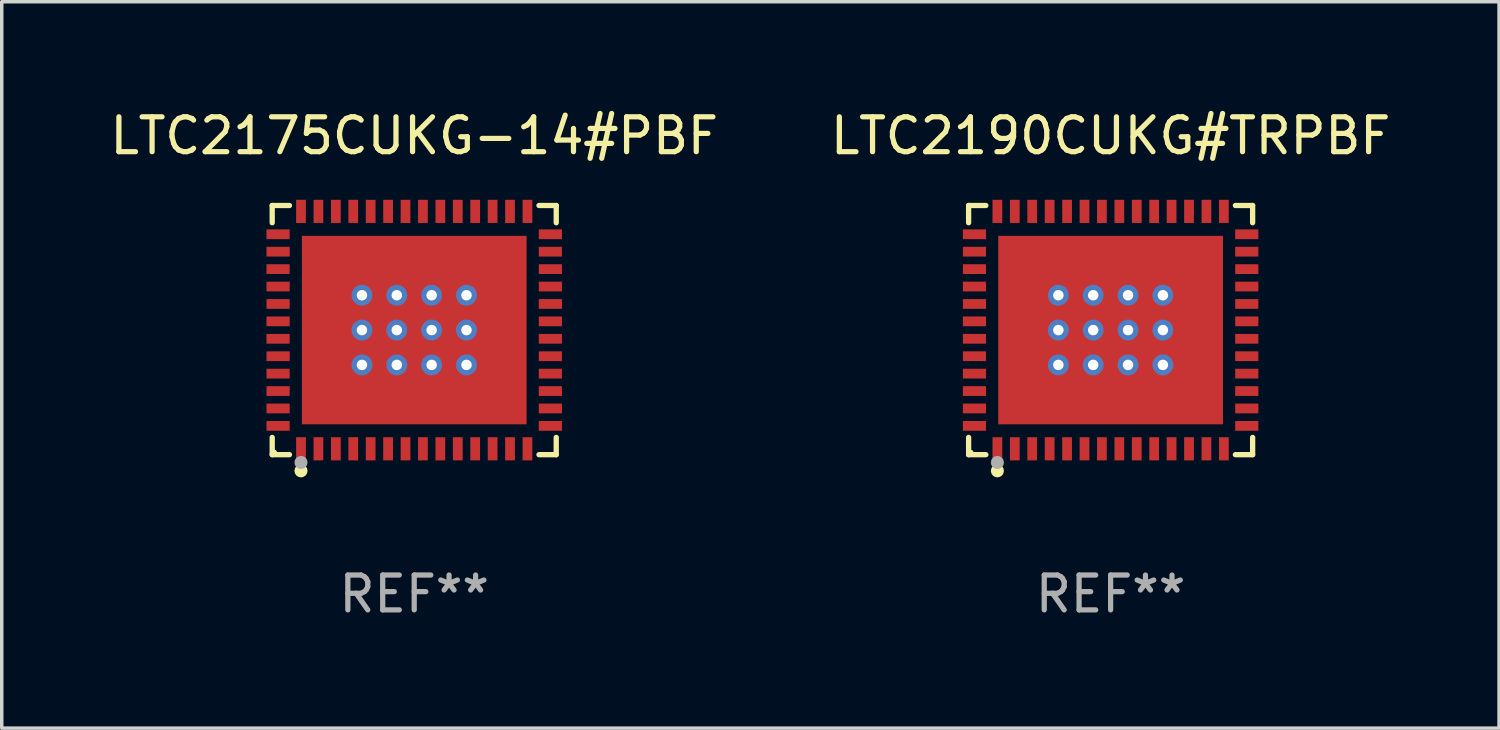
<source format=kicad_pcb>
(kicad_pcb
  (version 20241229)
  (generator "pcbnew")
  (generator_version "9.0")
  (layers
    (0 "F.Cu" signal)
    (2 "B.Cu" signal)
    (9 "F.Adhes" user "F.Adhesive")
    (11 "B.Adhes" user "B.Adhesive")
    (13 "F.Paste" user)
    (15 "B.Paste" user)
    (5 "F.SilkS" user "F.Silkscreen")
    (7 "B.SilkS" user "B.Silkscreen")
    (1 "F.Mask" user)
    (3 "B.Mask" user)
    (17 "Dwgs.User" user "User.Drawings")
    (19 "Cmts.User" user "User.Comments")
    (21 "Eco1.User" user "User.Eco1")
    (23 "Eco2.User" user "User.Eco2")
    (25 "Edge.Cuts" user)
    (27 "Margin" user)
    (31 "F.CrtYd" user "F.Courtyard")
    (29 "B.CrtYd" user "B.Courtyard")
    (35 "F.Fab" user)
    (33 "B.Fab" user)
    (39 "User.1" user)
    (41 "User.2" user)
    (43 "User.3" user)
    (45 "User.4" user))
  (footprint "LTC2190CUKG#TRPBF"
    (layer "F.Cu")
    (at 28.827 6.424)
    (property "Reference" "LTC2190CUKG#TRPBF" (at 0 -5.576 0) (layer "F.SilkS") (effects (font (size 1 1) (thickness 0.15))))
    (attr through_hole)
    (fp_line (start -4.076 -3.576) (end -3.581 -3.576) (stroke (width 0.152) (type solid)) (layer "F.SilkS"))
    (fp_line (start -4.076 -3.081) (end -4.076 -3.576) (stroke (width 0.152) (type solid)) (layer "F.SilkS"))
    (fp_line (start -4.076 3.081) (end -4.076 3.576) (stroke (width 0.152) (type solid)) (layer "F.SilkS"))
    (fp_line (start -4.076 3.576) (end -3.581 3.576) (stroke (width 0.152) (type solid)) (layer "F.SilkS"))
    (fp_line (start 4.076 -3.576) (end 3.581 -3.576) (stroke (width 0.152) (type solid)) (layer "F.SilkS"))
    (fp_line (start 4.076 -3.081) (end 4.076 -3.576) (stroke (width 0.152) (type solid)) (layer "F.SilkS"))
    (fp_line (start 4.076 3.081) (end 4.076 3.576) (stroke (width 0.152) (type solid)) (layer "F.SilkS"))
    (fp_line (start 4.076 3.576) (end 3.581 3.576) (stroke (width 0.152) (type solid)) (layer "F.SilkS"))
    (fp_circle (center -4 3.5) (end -3.97 3.5) (stroke (width 0.06) (type solid)) (fill no) (layer "F.SilkS"))
    (fp_circle (center -3.25 4.04) (end -3.156 4.04) (stroke (width 0.188) (type solid)) (fill no) (layer "F.SilkS"))
    (fp_circle (center -3.25 3.8) (end -3.156 3.8) (stroke (width 0.188) (type solid)) (fill no) (layer "F.Fab"))
    (fp_text user "REF**" (at 0 7.576 0) (layer "F.Fab") (effects (font (size 1 1) (thickness 0.15))))
    (pad "1" smd rect (at -3.25 3.407) (size 0.28 0.665) (layers "F.Cu" "F.Mask" "F.Paste"))
    (pad "2" smd rect (at -2.75 3.407) (size 0.28 0.665) (layers "F.Cu" "F.Mask" "F.Paste"))
    (pad "3" smd rect (at -2.25 3.407) (size 0.28 0.665) (layers "F.Cu" "F.Mask" "F.Paste"))
    (pad "4" smd rect (at -1.75 3.407) (size 0.28 0.665) (layers "F.Cu" "F.Mask" "F.Paste"))
    (pad "5" smd rect (at -1.25 3.407) (size 0.28 0.665) (layers "F.Cu" "F.Mask" "F.Paste"))
    (pad "6" smd rect (at -0.75 3.407) (size 0.28 0.665) (layers "F.Cu" "F.Mask" "F.Paste"))
    (pad "7" smd rect (at -0.25 3.407) (size 0.28 0.665) (layers "F.Cu" "F.Mask" "F.Paste"))
    (pad "8" smd rect (at 0.25 3.407) (size 0.28 0.665) (layers "F.Cu" "F.Mask" "F.Paste"))
    (pad "9" smd rect (at 0.75 3.407) (size 0.28 0.665) (layers "F.Cu" "F.Mask" "F.Paste"))
    (pad "10" smd rect (at 1.25 3.407) (size 0.28 0.665) (layers "F.Cu" "F.Mask" "F.Paste"))
    (pad "11" smd rect (at 1.75 3.407) (size 0.28 0.665) (layers "F.Cu" "F.Mask" "F.Paste"))
    (pad "12" smd rect (at 2.25 3.407) (size 0.28 0.665) (layers "F.Cu" "F.Mask" "F.Paste"))
    (pad "13" smd rect (at 2.75 3.407) (size 0.28 0.665) (layers "F.Cu" "F.Mask" "F.Paste"))
    (pad "14" smd rect (at 3.25 3.407) (size 0.28 0.665) (layers "F.Cu" "F.Mask" "F.Paste"))
    (pad "15" smd rect (at 3.908 2.75) (size 0.665 0.28) (layers "F.Cu" "F.Mask" "F.Paste"))
    (pad "16" smd rect (at 3.908 2.25) (size 0.665 0.28) (layers "F.Cu" "F.Mask" "F.Paste"))
    (pad "17" smd rect (at 3.908 1.75) (size 0.665 0.28) (layers "F.Cu" "F.Mask" "F.Paste"))
    (pad "18" smd rect (at 3.908 1.25) (size 0.665 0.28) (layers "F.Cu" "F.Mask" "F.Paste"))
    (pad "19" smd rect (at 3.908 0.75) (size 0.665 0.28) (layers "F.Cu" "F.Mask" "F.Paste"))
    (pad "20" smd rect (at 3.908 0.25) (size 0.665 0.28) (layers "F.Cu" "F.Mask" "F.Paste"))
    (pad "21" smd rect (at 3.908 -0.25) (size 0.665 0.28) (layers "F.Cu" "F.Mask" "F.Paste"))
    (pad "22" smd rect (at 3.908 -0.75) (size 0.665 0.28) (layers "F.Cu" "F.Mask" "F.Paste"))
    (pad "23" smd rect (at 3.908 -1.25) (size 0.665 0.28) (layers "F.Cu" "F.Mask" "F.Paste"))
    (pad "24" smd rect (at 3.908 -1.75) (size 0.665 0.28) (layers "F.Cu" "F.Mask" "F.Paste"))
    (pad "25" smd rect (at 3.908 -2.25) (size 0.665 0.28) (layers "F.Cu" "F.Mask" "F.Paste"))
    (pad "26" smd rect (at 3.908 -2.75) (size 0.665 0.28) (layers "F.Cu" "F.Mask" "F.Paste"))
    (pad "27" smd rect (at 3.25 -3.407) (size 0.28 0.665) (layers "F.Cu" "F.Mask" "F.Paste"))
    (pad "28" smd rect (at 2.75 -3.407) (size 0.28 0.665) (layers "F.Cu" "F.Mask" "F.Paste"))
    (pad "29" smd rect (at 2.25 -3.407) (size 0.28 0.665) (layers "F.Cu" "F.Mask" "F.Paste"))
    (pad "30" smd rect (at 1.75 -3.407) (size 0.28 0.665) (layers "F.Cu" "F.Mask" "F.Paste"))
    (pad "31" smd rect (at 1.25 -3.407) (size 0.28 0.665) (layers "F.Cu" "F.Mask" "F.Paste"))
    (pad "32" smd rect (at 0.75 -3.407) (size 0.28 0.665) (layers "F.Cu" "F.Mask" "F.Paste"))
    (pad "33" smd rect (at 0.25 -3.407) (size 0.28 0.665) (layers "F.Cu" "F.Mask" "F.Paste"))
    (pad "34" smd rect (at -0.25 -3.407) (size 0.28 0.665) (layers "F.Cu" "F.Mask" "F.Paste"))
    (pad "35" smd rect (at -0.75 -3.407) (size 0.28 0.665) (layers "F.Cu" "F.Mask" "F.Paste"))
    (pad "36" smd rect (at -1.25 -3.407) (size 0.28 0.665) (layers "F.Cu" "F.Mask" "F.Paste"))
    (pad "37" smd rect (at -1.75 -3.407) (size 0.28 0.665) (layers "F.Cu" "F.Mask" "F.Paste"))
    (pad "38" smd rect (at -2.25 -3.407) (size 0.28 0.665) (layers "F.Cu" "F.Mask" "F.Paste"))
    (pad "39" smd rect (at -2.75 -3.407) (size 0.28 0.665) (layers "F.Cu" "F.Mask" "F.Paste"))
    (pad "40" smd rect (at -3.25 -3.407) (size 0.28 0.665) (layers "F.Cu" "F.Mask" "F.Paste"))
    (pad "41" smd rect (at -3.908 -2.75) (size 0.665 0.28) (layers "F.Cu" "F.Mask" "F.Paste"))
    (pad "42" smd rect (at -3.908 -2.25) (size 0.665 0.28) (layers "F.Cu" "F.Mask" "F.Paste"))
    (pad "43" smd rect (at -3.908 -1.75) (size 0.665 0.28) (layers "F.Cu" "F.Mask" "F.Paste"))
    (pad "44" smd rect (at -3.908 -1.25) (size 0.665 0.28) (layers "F.Cu" "F.Mask" "F.Paste"))
    (pad "45" smd rect (at -3.908 -0.75) (size 0.665 0.28) (layers "F.Cu" "F.Mask" "F.Paste"))
    (pad "46" smd rect (at -3.908 -0.25) (size 0.665 0.28) (layers "F.Cu" "F.Mask" "F.Paste"))
    (pad "47" smd rect (at -3.908 0.25) (size 0.665 0.28) (layers "F.Cu" "F.Mask" "F.Paste"))
    (pad "48" smd rect (at -3.908 0.75) (size 0.665 0.28) (layers "F.Cu" "F.Mask" "F.Paste"))
    (pad "49" smd rect (at -3.908 1.25) (size 0.665 0.28) (layers "F.Cu" "F.Mask" "F.Paste"))
    (pad "50" smd rect (at -3.908 1.75) (size 0.665 0.28) (layers "F.Cu" "F.Mask" "F.Paste"))
    (pad "51" smd rect (at -3.908 2.25) (size 0.665 0.28) (layers "F.Cu" "F.Mask" "F.Paste"))
    (pad "52" smd rect (at -3.908 2.75) (size 0.665 0.28) (layers "F.Cu" "F.Mask" "F.Paste"))
    (pad "53" thru_hole circle (at -1.5 -1) (size 0.6 0.6) (drill 0.3) (layers "*.Cu" "*.Mask"))
    (pad "53" thru_hole circle (at -1.5 0) (size 0.6 0.6) (drill 0.3) (layers "*.Cu" "*.Mask"))
    (pad "53" thru_hole circle (at -1.5 1) (size 0.6 0.6) (drill 0.3) (layers "*.Cu" "*.Mask"))
    (pad "53" thru_hole circle (at -0.5 -1) (size 0.6 0.6) (drill 0.3) (layers "*.Cu" "*.Mask"))
    (pad "53" thru_hole circle (at -0.5 0) (size 0.6 0.6) (drill 0.3) (layers "*.Cu" "*.Mask"))
    (pad "53" thru_hole circle (at -0.5 1) (size 0.6 0.6) (drill 0.3) (layers "*.Cu" "*.Mask"))
    (pad "53" smd rect (at 0 0) (size 6.45 5.41) (layers "F.Cu" "F.Mask" "F.Paste"))
    (pad "53" thru_hole circle (at 0.5 -1) (size 0.6 0.6) (drill 0.3) (layers "*.Cu" "*.Mask"))
    (pad "53" thru_hole circle (at 0.5 0) (size 0.6 0.6) (drill 0.3) (layers "*.Cu" "*.Mask"))
    (pad "53" thru_hole circle (at 0.5 1) (size 0.6 0.6) (drill 0.3) (layers "*.Cu" "*.Mask"))
    (pad "53" thru_hole circle (at 1.5 -1) (size 0.6 0.6) (drill 0.3) (layers "*.Cu" "*.Mask"))
    (pad "53" thru_hole circle (at 1.5 0) (size 0.6 0.6) (drill 0.3) (layers "*.Cu" "*.Mask"))
    (pad "53" thru_hole circle (at 1.5 1) (size 0.6 0.6) (drill 0.3) (layers "*.Cu" "*.Mask")))
  (footprint "LTC2175CUKG-14#PBF"
    (layer "F.Cu")
    (at 8.839 6.424)
    (property "Reference" "LTC2175CUKG-14#PBF" (at 0 -5.576 0) (layer "F.SilkS") (effects (font (size 1 1) (thickness 0.15))))
    (attr through_hole)
    (fp_line (start -4.076 -3.576) (end -3.581 -3.576) (stroke (width 0.152) (type solid)) (layer "F.SilkS"))
    (fp_line (start -4.076 -3.081) (end -4.076 -3.576) (stroke (width 0.152) (type solid)) (layer "F.SilkS"))
    (fp_line (start -4.076 3.081) (end -4.076 3.576) (stroke (width 0.152) (type solid)) (layer "F.SilkS"))
    (fp_line (start -4.076 3.576) (end -3.581 3.576) (stroke (width 0.152) (type solid)) (layer "F.SilkS"))
    (fp_line (start 4.076 -3.576) (end 3.581 -3.576) (stroke (width 0.152) (type solid)) (layer "F.SilkS"))
    (fp_line (start 4.076 -3.081) (end 4.076 -3.576) (stroke (width 0.152) (type solid)) (layer "F.SilkS"))
    (fp_line (start 4.076 3.081) (end 4.076 3.576) (stroke (width 0.152) (type solid)) (layer "F.SilkS"))
    (fp_line (start 4.076 3.576) (end 3.581 3.576) (stroke (width 0.152) (type solid)) (layer "F.SilkS"))
    (fp_circle (center -4 3.5) (end -3.97 3.5) (stroke (width 0.06) (type solid)) (fill no) (layer "F.SilkS"))
    (fp_circle (center -3.25 4.04) (end -3.156 4.04) (stroke (width 0.188) (type solid)) (fill no) (layer "F.SilkS"))
    (fp_circle (center -3.25 3.8) (end -3.156 3.8) (stroke (width 0.188) (type solid)) (fill no) (layer "F.Fab"))
    (fp_text user "REF**" (at 0 7.576 0) (layer "F.Fab") (effects (font (size 1 1) (thickness 0.15))))
    (pad "1" smd rect (at -3.25 3.407) (size 0.28 0.665) (layers "F.Cu" "F.Mask" "F.Paste"))
    (pad "2" smd rect (at -2.75 3.407) (size 0.28 0.665) (layers "F.Cu" "F.Mask" "F.Paste"))
    (pad "3" smd rect (at -2.25 3.407) (size 0.28 0.665) (layers "F.Cu" "F.Mask" "F.Paste"))
    (pad "4" smd rect (at -1.75 3.407) (size 0.28 0.665) (layers "F.Cu" "F.Mask" "F.Paste"))
    (pad "5" smd rect (at -1.25 3.407) (size 0.28 0.665) (layers "F.Cu" "F.Mask" "F.Paste"))
    (pad "6" smd rect (at -0.75 3.407) (size 0.28 0.665) (layers "F.Cu" "F.Mask" "F.Paste"))
    (pad "7" smd rect (at -0.25 3.407) (size 0.28 0.665) (layers "F.Cu" "F.Mask" "F.Paste"))
    (pad "8" smd rect (at 0.25 3.407) (size 0.28 0.665) (layers "F.Cu" "F.Mask" "F.Paste"))
    (pad "9" smd rect (at 0.75 3.407) (size 0.28 0.665) (layers "F.Cu" "F.Mask" "F.Paste"))
    (pad "10" smd rect (at 1.25 3.407) (size 0.28 0.665) (layers "F.Cu" "F.Mask" "F.Paste"))
    (pad "11" smd rect (at 1.75 3.407) (size 0.28 0.665) (layers "F.Cu" "F.Mask" "F.Paste"))
    (pad "12" smd rect (at 2.25 3.407) (size 0.28 0.665) (layers "F.Cu" "F.Mask" "F.Paste"))
    (pad "13" smd rect (at 2.75 3.407) (size 0.28 0.665) (layers "F.Cu" "F.Mask" "F.Paste"))
    (pad "14" smd rect (at 3.25 3.407) (size 0.28 0.665) (layers "F.Cu" "F.Mask" "F.Paste"))
    (pad "15" smd rect (at 3.908 2.75) (size 0.665 0.28) (layers "F.Cu" "F.Mask" "F.Paste"))
    (pad "16" smd rect (at 3.908 2.25) (size 0.665 0.28) (layers "F.Cu" "F.Mask" "F.Paste"))
    (pad "17" smd rect (at 3.908 1.75) (size 0.665 0.28) (layers "F.Cu" "F.Mask" "F.Paste"))
    (pad "18" smd rect (at 3.908 1.25) (size 0.665 0.28) (layers "F.Cu" "F.Mask" "F.Paste"))
    (pad "19" smd rect (at 3.908 0.75) (size 0.665 0.28) (layers "F.Cu" "F.Mask" "F.Paste"))
    (pad "20" smd rect (at 3.908 0.25) (size 0.665 0.28) (layers "F.Cu" "F.Mask" "F.Paste"))
    (pad "21" smd rect (at 3.908 -0.25) (size 0.665 0.28) (layers "F.Cu" "F.Mask" "F.Paste"))
    (pad "22" smd rect (at 3.908 -0.75) (size 0.665 0.28) (layers "F.Cu" "F.Mask" "F.Paste"))
    (pad "23" smd rect (at 3.908 -1.25) (size 0.665 0.28) (layers "F.Cu" "F.Mask" "F.Paste"))
    (pad "24" smd rect (at 3.908 -1.75) (size 0.665 0.28) (layers "F.Cu" "F.Mask" "F.Paste"))
    (pad "25" smd rect (at 3.908 -2.25) (size 0.665 0.28) (layers "F.Cu" "F.Mask" "F.Paste"))
    (pad "26" smd rect (at 3.908 -2.75) (size 0.665 0.28) (layers "F.Cu" "F.Mask" "F.Paste"))
    (pad "27" smd rect (at 3.25 -3.407) (size 0.28 0.665) (layers "F.Cu" "F.Mask" "F.Paste"))
    (pad "28" smd rect (at 2.75 -3.407) (size 0.28 0.665) (layers "F.Cu" "F.Mask" "F.Paste"))
    (pad "29" smd rect (at 2.25 -3.407) (size 0.28 0.665) (layers "F.Cu" "F.Mask" "F.Paste"))
    (pad "30" smd rect (at 1.75 -3.407) (size 0.28 0.665) (layers "F.Cu" "F.Mask" "F.Paste"))
    (pad "31" smd rect (at 1.25 -3.407) (size 0.28 0.665) (layers "F.Cu" "F.Mask" "F.Paste"))
    (pad "32" smd rect (at 0.75 -3.407) (size 0.28 0.665) (layers "F.Cu" "F.Mask" "F.Paste"))
    (pad "33" smd rect (at 0.25 -3.407) (size 0.28 0.665) (layers "F.Cu" "F.Mask" "F.Paste"))
    (pad "34" smd rect (at -0.25 -3.407) (size 0.28 0.665) (layers "F.Cu" "F.Mask" "F.Paste"))
    (pad "35" smd rect (at -0.75 -3.407) (size 0.28 0.665) (layers "F.Cu" "F.Mask" "F.Paste"))
    (pad "36" smd rect (at -1.25 -3.407) (size 0.28 0.665) (layers "F.Cu" "F.Mask" "F.Paste"))
    (pad "37" smd rect (at -1.75 -3.407) (size 0.28 0.665) (layers "F.Cu" "F.Mask" "F.Paste"))
    (pad "38" smd rect (at -2.25 -3.407) (size 0.28 0.665) (layers "F.Cu" "F.Mask" "F.Paste"))
    (pad "39" smd rect (at -2.75 -3.407) (size 0.28 0.665) (layers "F.Cu" "F.Mask" "F.Paste"))
    (pad "40" smd rect (at -3.25 -3.407) (size 0.28 0.665) (layers "F.Cu" "F.Mask" "F.Paste"))
    (pad "41" smd rect (at -3.908 -2.75) (size 0.665 0.28) (layers "F.Cu" "F.Mask" "F.Paste"))
    (pad "42" smd rect (at -3.908 -2.25) (size 0.665 0.28) (layers "F.Cu" "F.Mask" "F.Paste"))
    (pad "43" smd rect (at -3.908 -1.75) (size 0.665 0.28) (layers "F.Cu" "F.Mask" "F.Paste"))
    (pad "44" smd rect (at -3.908 -1.25) (size 0.665 0.28) (layers "F.Cu" "F.Mask" "F.Paste"))
    (pad "45" smd rect (at -3.908 -0.75) (size 0.665 0.28) (layers "F.Cu" "F.Mask" "F.Paste"))
    (pad "46" smd rect (at -3.908 -0.25) (size 0.665 0.28) (layers "F.Cu" "F.Mask" "F.Paste"))
    (pad "47" smd rect (at -3.908 0.25) (size 0.665 0.28) (layers "F.Cu" "F.Mask" "F.Paste"))
    (pad "48" smd rect (at -3.908 0.75) (size 0.665 0.28) (layers "F.Cu" "F.Mask" "F.Paste"))
    (pad "49" smd rect (at -3.908 1.25) (size 0.665 0.28) (layers "F.Cu" "F.Mask" "F.Paste"))
    (pad "50" smd rect (at -3.908 1.75) (size 0.665 0.28) (layers "F.Cu" "F.Mask" "F.Paste"))
    (pad "51" smd rect (at -3.908 2.25) (size 0.665 0.28) (layers "F.Cu" "F.Mask" "F.Paste"))
    (pad "52" smd rect (at -3.908 2.75) (size 0.665 0.28) (layers "F.Cu" "F.Mask" "F.Paste"))
    (pad "53" thru_hole circle (at -1.5 -1) (size 0.6 0.6) (drill 0.3) (layers "*.Cu" "*.Mask"))
    (pad "53" thru_hole circle (at -1.5 0) (size 0.6 0.6) (drill 0.3) (layers "*.Cu" "*.Mask"))
    (pad "53" thru_hole circle (at -1.5 1) (size 0.6 0.6) (drill 0.3) (layers "*.Cu" "*.Mask"))
    (pad "53" thru_hole circle (at -0.5 -1) (size 0.6 0.6) (drill 0.3) (layers "*.Cu" "*.Mask"))
    (pad "53" thru_hole circle (at -0.5 0) (size 0.6 0.6) (drill 0.3) (layers "*.Cu" "*.Mask"))
    (pad "53" thru_hole circle (at -0.5 1) (size 0.6 0.6) (drill 0.3) (layers "*.Cu" "*.Mask"))
    (pad "53" smd rect (at 0 0) (size 6.45 5.41) (layers "F.Cu" "F.Mask" "F.Paste"))
    (pad "53" thru_hole circle (at 0.5 -1) (size 0.6 0.6) (drill 0.3) (layers "*.Cu" "*.Mask"))
    (pad "53" thru_hole circle (at 0.5 0) (size 0.6 0.6) (drill 0.3) (layers "*.Cu" "*.Mask"))
    (pad "53" thru_hole circle (at 0.5 1) (size 0.6 0.6) (drill 0.3) (layers "*.Cu" "*.Mask"))
    (pad "53" thru_hole circle (at 1.5 -1) (size 0.6 0.6) (drill 0.3) (layers "*.Cu" "*.Mask"))
    (pad "53" thru_hole circle (at 1.5 0) (size 0.6 0.6) (drill 0.3) (layers "*.Cu" "*.Mask"))
    (pad "53" thru_hole circle (at 1.5 1) (size 0.6 0.6) (drill 0.3) (layers "*.Cu" "*.Mask")))
  (gr_rect
    (start -3 -3)
    (end 39.976 17.849)
    (stroke (width 0.1) (type default))
    (fill no)
    (layer "Edge.Cuts")))
</source>
